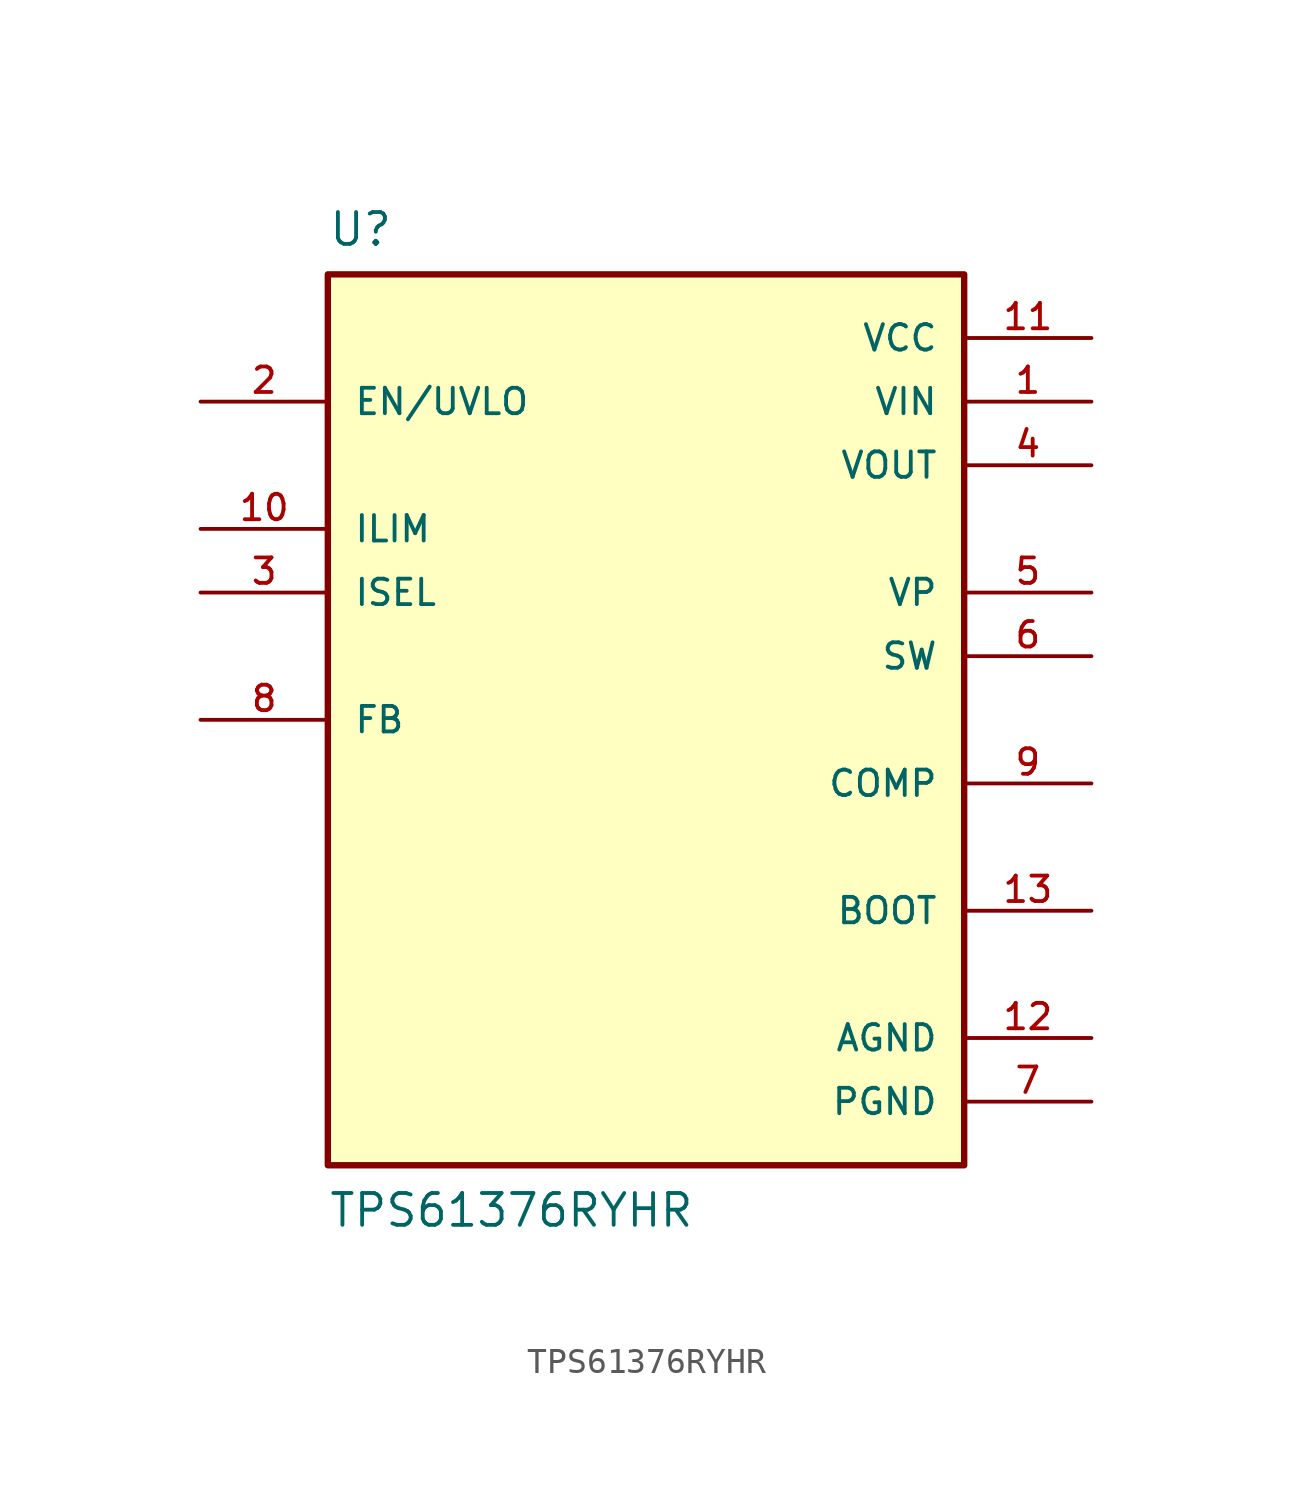
<source format=kicad_sym>
(kicad_symbol_lib
  (version 20211014)
  (generator kicad_symbol_editor)
  (symbol "TPS61376RYHR"
    (pin_names
      (offset 1.016))
    (property "Reference" "U"
      (at -12.7 20.32 0)
      (effects (font (size 1.27 1.27)) (justify top left)))
    (property "Value" "TPS61376RYHR"
      (at -12.7 -20.32 0)
      (effects (font (size 1.27 1.27)) (justify bottom left)))
    (symbol "TPS61376RYHR_0_0"
      (rectangle (start -12.7 -17.78) (end 12.7 17.78) (stroke (width 0.254)) (fill (type background)))
      (pin power_in line (at 17.78 -15.24 180.0) (length 5.08) (name "PGND" (effects (font (size 1.016 1.016)))) (number "7" (effects (font (size 1.016 1.016)))))
      (pin power_in line (at 17.78 2.54 180.0) (length 5.08) (name "SW" (effects (font (size 1.016 1.016)))) (number "6" (effects (font (size 1.016 1.016)))))
      (pin input line (at 17.78 12.7 180.0) (length 5.08) (name "VIN" (effects (font (size 1.016 1.016)))) (number "1" (effects (font (size 1.016 1.016)))))
      (pin output line (at 17.78 -2.54 180.0) (length 5.08) (name "COMP" (effects (font (size 1.016 1.016)))) (number "9" (effects (font (size 1.016 1.016)))))
      (pin power_in line (at 17.78 -12.7 180.0) (length 5.08) (name "AGND" (effects (font (size 1.016 1.016)))) (number "12" (effects (font (size 1.016 1.016)))))
      (pin input line (at -17.78 0.0 0) (length 5.08) (name "FB" (effects (font (size 1.016 1.016)))) (number "8" (effects (font (size 1.016 1.016)))))
      (pin input line (at -17.78 12.7 0) (length 5.08) (name "EN/UVLO" (effects (font (size 1.016 1.016)))) (number "2" (effects (font (size 1.016 1.016)))))
      (pin power_in line (at 17.78 5.08 180.0) (length 5.08) (name "VP" (effects (font (size 1.016 1.016)))) (number "5" (effects (font (size 1.016 1.016)))))
      (pin power_in line (at 17.78 10.16 180.0) (length 5.08) (name "VOUT" (effects (font (size 1.016 1.016)))) (number "4" (effects (font (size 1.016 1.016)))))
      (pin input line (at -17.78 7.62 0) (length 5.08) (name "ILIM" (effects (font (size 1.016 1.016)))) (number "10" (effects (font (size 1.016 1.016)))))
      (pin input line (at -17.78 5.08 0) (length 5.08) (name "ISEL" (effects (font (size 1.016 1.016)))) (number "3" (effects (font (size 1.016 1.016)))))
      (pin output line (at 17.78 -7.62 180.0) (length 5.08) (name "BOOT" (effects (font (size 1.016 1.016)))) (number "13" (effects (font (size 1.016 1.016)))))
      (pin power_in line (at 17.78 15.24 180.0) (length 5.08) (name "VCC" (effects (font (size 1.016 1.016)))) (number "11" (effects (font (size 1.016 1.016))))))))
</source>
